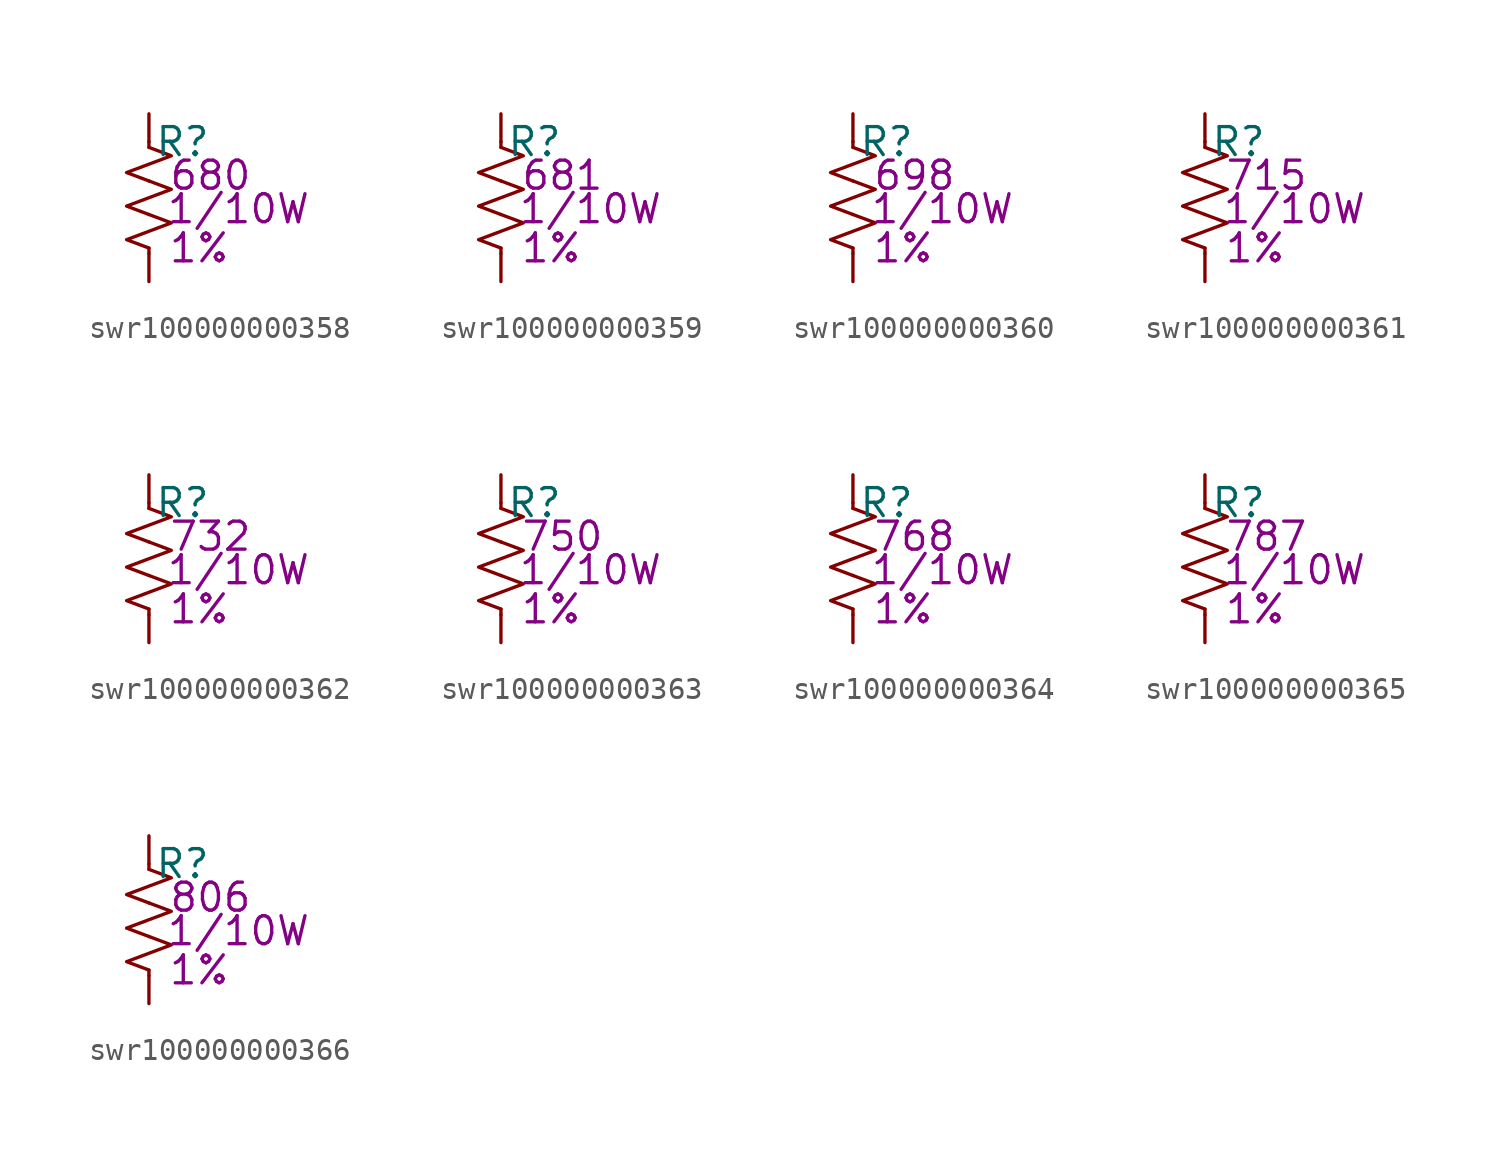
<source format=kicad_sym>
(kicad_symbol_lib
  (version 20211014)
  (generator kicad_symbol_editor)
  (symbol "swr100000000358"
    (pin_numbers hide)
    (pin_names
      (offset 1.016))
    (property "Reference" "R"
      (at 1.524 2.54 0)
      (effects (font (size 1.27 1.27))))
    (property "Tolerance" "1%"
      (at 2.286 -2.286 0)
      (effects (font (size 1.27 1.27))))
    (property "Wattage" "1/10W"
      (at 4.064 -0.508 0)
      (effects (font (size 1.27 1.27))))
    (property "PartValue" "680"
      (at 2.794 1.016 0)
      (effects (font (size 1.27 1.27))))
    (symbol "swr100000000358_1_1"
      (polyline (pts (xy 0 -2.286) (xy 0 -2.54)) (stroke (width 0) (type default) (color 0 0 0 0)) (fill (type none)))
      (polyline (pts (xy 0 2.286) (xy 0 2.54)) (stroke (width 0) (type default) (color 0 0 0 0)) (fill (type none)))
      (polyline (pts (xy 0 -0.762) (xy 1.016 -1.143) (xy 0 -1.524) (xy -1.016 -1.905) (xy 0 -2.286)) (stroke (width 0) (type default) (color 0 0 0 0)) (fill (type none)))
      (polyline (pts (xy 0 0.762) (xy 1.016 0.381) (xy 0 0) (xy -1.016 -0.381) (xy 0 -0.762)) (stroke (width 0) (type default) (color 0 0 0 0)) (fill (type none)))
      (polyline (pts (xy 0 2.286) (xy 1.016 1.905) (xy 0 1.524) (xy -1.016 1.143) (xy 0 0.762)) (stroke (width 0) (type default) (color 0 0 0 0)) (fill (type none)))
      (pin passive line (at 0 3.81 270) (length 1.27) (name "~" (effects (font (size 1.27 1.27)))) (number "1" (effects (font (size 1.27 1.27)))))
      (pin passive line (at 0 -3.81 90) (length 1.27) (name "~" (effects (font (size 1.27 1.27)))) (number "2" (effects (font (size 1.27 1.27)))))))
  (symbol "swr100000000359"
    (pin_numbers hide)
    (pin_names
      (offset 1.016))
    (property "Reference" "R"
      (at 1.524 2.54 0)
      (effects (font (size 1.27 1.27))))
    (property "Tolerance" "1%"
      (at 2.286 -2.286 0)
      (effects (font (size 1.27 1.27))))
    (property "Wattage" "1/10W"
      (at 4.064 -0.508 0)
      (effects (font (size 1.27 1.27))))
    (property "PartValue" "681"
      (at 2.794 1.016 0)
      (effects (font (size 1.27 1.27))))
    (symbol "swr100000000359_1_1"
      (polyline (pts (xy 0 -2.286) (xy 0 -2.54)) (stroke (width 0) (type default) (color 0 0 0 0)) (fill (type none)))
      (polyline (pts (xy 0 2.286) (xy 0 2.54)) (stroke (width 0) (type default) (color 0 0 0 0)) (fill (type none)))
      (polyline (pts (xy 0 -0.762) (xy 1.016 -1.143) (xy 0 -1.524) (xy -1.016 -1.905) (xy 0 -2.286)) (stroke (width 0) (type default) (color 0 0 0 0)) (fill (type none)))
      (polyline (pts (xy 0 0.762) (xy 1.016 0.381) (xy 0 0) (xy -1.016 -0.381) (xy 0 -0.762)) (stroke (width 0) (type default) (color 0 0 0 0)) (fill (type none)))
      (polyline (pts (xy 0 2.286) (xy 1.016 1.905) (xy 0 1.524) (xy -1.016 1.143) (xy 0 0.762)) (stroke (width 0) (type default) (color 0 0 0 0)) (fill (type none)))
      (pin passive line (at 0 3.81 270) (length 1.27) (name "~" (effects (font (size 1.27 1.27)))) (number "1" (effects (font (size 1.27 1.27)))))
      (pin passive line (at 0 -3.81 90) (length 1.27) (name "~" (effects (font (size 1.27 1.27)))) (number "2" (effects (font (size 1.27 1.27)))))))
  (symbol "swr100000000360"
    (pin_numbers hide)
    (pin_names
      (offset 1.016))
    (property "Reference" "R"
      (at 1.524 2.54 0)
      (effects (font (size 1.27 1.27))))
    (property "Tolerance" "1%"
      (at 2.286 -2.286 0)
      (effects (font (size 1.27 1.27))))
    (property "Wattage" "1/10W"
      (at 4.064 -0.508 0)
      (effects (font (size 1.27 1.27))))
    (property "PartValue" "698"
      (at 2.794 1.016 0)
      (effects (font (size 1.27 1.27))))
    (symbol "swr100000000360_1_1"
      (polyline (pts (xy 0 -2.286) (xy 0 -2.54)) (stroke (width 0) (type default) (color 0 0 0 0)) (fill (type none)))
      (polyline (pts (xy 0 2.286) (xy 0 2.54)) (stroke (width 0) (type default) (color 0 0 0 0)) (fill (type none)))
      (polyline (pts (xy 0 -0.762) (xy 1.016 -1.143) (xy 0 -1.524) (xy -1.016 -1.905) (xy 0 -2.286)) (stroke (width 0) (type default) (color 0 0 0 0)) (fill (type none)))
      (polyline (pts (xy 0 0.762) (xy 1.016 0.381) (xy 0 0) (xy -1.016 -0.381) (xy 0 -0.762)) (stroke (width 0) (type default) (color 0 0 0 0)) (fill (type none)))
      (polyline (pts (xy 0 2.286) (xy 1.016 1.905) (xy 0 1.524) (xy -1.016 1.143) (xy 0 0.762)) (stroke (width 0) (type default) (color 0 0 0 0)) (fill (type none)))
      (pin passive line (at 0 3.81 270) (length 1.27) (name "~" (effects (font (size 1.27 1.27)))) (number "1" (effects (font (size 1.27 1.27)))))
      (pin passive line (at 0 -3.81 90) (length 1.27) (name "~" (effects (font (size 1.27 1.27)))) (number "2" (effects (font (size 1.27 1.27)))))))
  (symbol "swr100000000361"
    (pin_numbers hide)
    (pin_names
      (offset 1.016))
    (property "Reference" "R"
      (at 1.524 2.54 0)
      (effects (font (size 1.27 1.27))))
    (property "Tolerance" "1%"
      (at 2.286 -2.286 0)
      (effects (font (size 1.27 1.27))))
    (property "Wattage" "1/10W"
      (at 4.064 -0.508 0)
      (effects (font (size 1.27 1.27))))
    (property "PartValue" "715"
      (at 2.794 1.016 0)
      (effects (font (size 1.27 1.27))))
    (symbol "swr100000000361_1_1"
      (polyline (pts (xy 0 -2.286) (xy 0 -2.54)) (stroke (width 0) (type default) (color 0 0 0 0)) (fill (type none)))
      (polyline (pts (xy 0 2.286) (xy 0 2.54)) (stroke (width 0) (type default) (color 0 0 0 0)) (fill (type none)))
      (polyline (pts (xy 0 -0.762) (xy 1.016 -1.143) (xy 0 -1.524) (xy -1.016 -1.905) (xy 0 -2.286)) (stroke (width 0) (type default) (color 0 0 0 0)) (fill (type none)))
      (polyline (pts (xy 0 0.762) (xy 1.016 0.381) (xy 0 0) (xy -1.016 -0.381) (xy 0 -0.762)) (stroke (width 0) (type default) (color 0 0 0 0)) (fill (type none)))
      (polyline (pts (xy 0 2.286) (xy 1.016 1.905) (xy 0 1.524) (xy -1.016 1.143) (xy 0 0.762)) (stroke (width 0) (type default) (color 0 0 0 0)) (fill (type none)))
      (pin passive line (at 0 3.81 270) (length 1.27) (name "~" (effects (font (size 1.27 1.27)))) (number "1" (effects (font (size 1.27 1.27)))))
      (pin passive line (at 0 -3.81 90) (length 1.27) (name "~" (effects (font (size 1.27 1.27)))) (number "2" (effects (font (size 1.27 1.27)))))))
  (symbol "swr100000000362"
    (pin_numbers hide)
    (pin_names
      (offset 1.016))
    (property "Reference" "R"
      (at 1.524 2.54 0)
      (effects (font (size 1.27 1.27))))
    (property "Tolerance" "1%"
      (at 2.286 -2.286 0)
      (effects (font (size 1.27 1.27))))
    (property "Wattage" "1/10W"
      (at 4.064 -0.508 0)
      (effects (font (size 1.27 1.27))))
    (property "PartValue" "732"
      (at 2.794 1.016 0)
      (effects (font (size 1.27 1.27))))
    (symbol "swr100000000362_1_1"
      (polyline (pts (xy 0 -2.286) (xy 0 -2.54)) (stroke (width 0) (type default) (color 0 0 0 0)) (fill (type none)))
      (polyline (pts (xy 0 2.286) (xy 0 2.54)) (stroke (width 0) (type default) (color 0 0 0 0)) (fill (type none)))
      (polyline (pts (xy 0 -0.762) (xy 1.016 -1.143) (xy 0 -1.524) (xy -1.016 -1.905) (xy 0 -2.286)) (stroke (width 0) (type default) (color 0 0 0 0)) (fill (type none)))
      (polyline (pts (xy 0 0.762) (xy 1.016 0.381) (xy 0 0) (xy -1.016 -0.381) (xy 0 -0.762)) (stroke (width 0) (type default) (color 0 0 0 0)) (fill (type none)))
      (polyline (pts (xy 0 2.286) (xy 1.016 1.905) (xy 0 1.524) (xy -1.016 1.143) (xy 0 0.762)) (stroke (width 0) (type default) (color 0 0 0 0)) (fill (type none)))
      (pin passive line (at 0 3.81 270) (length 1.27) (name "~" (effects (font (size 1.27 1.27)))) (number "1" (effects (font (size 1.27 1.27)))))
      (pin passive line (at 0 -3.81 90) (length 1.27) (name "~" (effects (font (size 1.27 1.27)))) (number "2" (effects (font (size 1.27 1.27)))))))
  (symbol "swr100000000363"
    (pin_numbers hide)
    (pin_names
      (offset 1.016))
    (property "Reference" "R"
      (at 1.524 2.54 0)
      (effects (font (size 1.27 1.27))))
    (property "Tolerance" "1%"
      (at 2.286 -2.286 0)
      (effects (font (size 1.27 1.27))))
    (property "Wattage" "1/10W"
      (at 4.064 -0.508 0)
      (effects (font (size 1.27 1.27))))
    (property "PartValue" "750"
      (at 2.794 1.016 0)
      (effects (font (size 1.27 1.27))))
    (symbol "swr100000000363_1_1"
      (polyline (pts (xy 0 -2.286) (xy 0 -2.54)) (stroke (width 0) (type default) (color 0 0 0 0)) (fill (type none)))
      (polyline (pts (xy 0 2.286) (xy 0 2.54)) (stroke (width 0) (type default) (color 0 0 0 0)) (fill (type none)))
      (polyline (pts (xy 0 -0.762) (xy 1.016 -1.143) (xy 0 -1.524) (xy -1.016 -1.905) (xy 0 -2.286)) (stroke (width 0) (type default) (color 0 0 0 0)) (fill (type none)))
      (polyline (pts (xy 0 0.762) (xy 1.016 0.381) (xy 0 0) (xy -1.016 -0.381) (xy 0 -0.762)) (stroke (width 0) (type default) (color 0 0 0 0)) (fill (type none)))
      (polyline (pts (xy 0 2.286) (xy 1.016 1.905) (xy 0 1.524) (xy -1.016 1.143) (xy 0 0.762)) (stroke (width 0) (type default) (color 0 0 0 0)) (fill (type none)))
      (pin passive line (at 0 3.81 270) (length 1.27) (name "~" (effects (font (size 1.27 1.27)))) (number "1" (effects (font (size 1.27 1.27)))))
      (pin passive line (at 0 -3.81 90) (length 1.27) (name "~" (effects (font (size 1.27 1.27)))) (number "2" (effects (font (size 1.27 1.27)))))))
  (symbol "swr100000000364"
    (pin_numbers hide)
    (pin_names
      (offset 1.016))
    (property "Reference" "R"
      (at 1.524 2.54 0)
      (effects (font (size 1.27 1.27))))
    (property "Tolerance" "1%"
      (at 2.286 -2.286 0)
      (effects (font (size 1.27 1.27))))
    (property "Wattage" "1/10W"
      (at 4.064 -0.508 0)
      (effects (font (size 1.27 1.27))))
    (property "PartValue" "768"
      (at 2.794 1.016 0)
      (effects (font (size 1.27 1.27))))
    (symbol "swr100000000364_1_1"
      (polyline (pts (xy 0 -2.286) (xy 0 -2.54)) (stroke (width 0) (type default) (color 0 0 0 0)) (fill (type none)))
      (polyline (pts (xy 0 2.286) (xy 0 2.54)) (stroke (width 0) (type default) (color 0 0 0 0)) (fill (type none)))
      (polyline (pts (xy 0 -0.762) (xy 1.016 -1.143) (xy 0 -1.524) (xy -1.016 -1.905) (xy 0 -2.286)) (stroke (width 0) (type default) (color 0 0 0 0)) (fill (type none)))
      (polyline (pts (xy 0 0.762) (xy 1.016 0.381) (xy 0 0) (xy -1.016 -0.381) (xy 0 -0.762)) (stroke (width 0) (type default) (color 0 0 0 0)) (fill (type none)))
      (polyline (pts (xy 0 2.286) (xy 1.016 1.905) (xy 0 1.524) (xy -1.016 1.143) (xy 0 0.762)) (stroke (width 0) (type default) (color 0 0 0 0)) (fill (type none)))
      (pin passive line (at 0 3.81 270) (length 1.27) (name "~" (effects (font (size 1.27 1.27)))) (number "1" (effects (font (size 1.27 1.27)))))
      (pin passive line (at 0 -3.81 90) (length 1.27) (name "~" (effects (font (size 1.27 1.27)))) (number "2" (effects (font (size 1.27 1.27)))))))
  (symbol "swr100000000365"
    (pin_numbers hide)
    (pin_names
      (offset 1.016))
    (property "Reference" "R"
      (at 1.524 2.54 0)
      (effects (font (size 1.27 1.27))))
    (property "Tolerance" "1%"
      (at 2.286 -2.286 0)
      (effects (font (size 1.27 1.27))))
    (property "Wattage" "1/10W"
      (at 4.064 -0.508 0)
      (effects (font (size 1.27 1.27))))
    (property "PartValue" "787"
      (at 2.794 1.016 0)
      (effects (font (size 1.27 1.27))))
    (symbol "swr100000000365_1_1"
      (polyline (pts (xy 0 -2.286) (xy 0 -2.54)) (stroke (width 0) (type default) (color 0 0 0 0)) (fill (type none)))
      (polyline (pts (xy 0 2.286) (xy 0 2.54)) (stroke (width 0) (type default) (color 0 0 0 0)) (fill (type none)))
      (polyline (pts (xy 0 -0.762) (xy 1.016 -1.143) (xy 0 -1.524) (xy -1.016 -1.905) (xy 0 -2.286)) (stroke (width 0) (type default) (color 0 0 0 0)) (fill (type none)))
      (polyline (pts (xy 0 0.762) (xy 1.016 0.381) (xy 0 0) (xy -1.016 -0.381) (xy 0 -0.762)) (stroke (width 0) (type default) (color 0 0 0 0)) (fill (type none)))
      (polyline (pts (xy 0 2.286) (xy 1.016 1.905) (xy 0 1.524) (xy -1.016 1.143) (xy 0 0.762)) (stroke (width 0) (type default) (color 0 0 0 0)) (fill (type none)))
      (pin passive line (at 0 3.81 270) (length 1.27) (name "~" (effects (font (size 1.27 1.27)))) (number "1" (effects (font (size 1.27 1.27)))))
      (pin passive line (at 0 -3.81 90) (length 1.27) (name "~" (effects (font (size 1.27 1.27)))) (number "2" (effects (font (size 1.27 1.27)))))))
  (symbol "swr100000000366"
    (pin_numbers hide)
    (pin_names
      (offset 1.016))
    (property "Reference" "R"
      (at 1.524 2.54 0)
      (effects (font (size 1.27 1.27))))
    (property "Tolerance" "1%"
      (at 2.286 -2.286 0)
      (effects (font (size 1.27 1.27))))
    (property "Wattage" "1/10W"
      (at 4.064 -0.508 0)
      (effects (font (size 1.27 1.27))))
    (property "PartValue" "806"
      (at 2.794 1.016 0)
      (effects (font (size 1.27 1.27))))
    (symbol "swr100000000366_1_1"
      (polyline (pts (xy 0 -2.286) (xy 0 -2.54)) (stroke (width 0) (type default) (color 0 0 0 0)) (fill (type none)))
      (polyline (pts (xy 0 2.286) (xy 0 2.54)) (stroke (width 0) (type default) (color 0 0 0 0)) (fill (type none)))
      (polyline (pts (xy 0 -0.762) (xy 1.016 -1.143) (xy 0 -1.524) (xy -1.016 -1.905) (xy 0 -2.286)) (stroke (width 0) (type default) (color 0 0 0 0)) (fill (type none)))
      (polyline (pts (xy 0 0.762) (xy 1.016 0.381) (xy 0 0) (xy -1.016 -0.381) (xy 0 -0.762)) (stroke (width 0) (type default) (color 0 0 0 0)) (fill (type none)))
      (polyline (pts (xy 0 2.286) (xy 1.016 1.905) (xy 0 1.524) (xy -1.016 1.143) (xy 0 0.762)) (stroke (width 0) (type default) (color 0 0 0 0)) (fill (type none)))
      (pin passive line (at 0 3.81 270) (length 1.27) (name "~" (effects (font (size 1.27 1.27)))) (number "1" (effects (font (size 1.27 1.27)))))
      (pin passive line (at 0 -3.81 90) (length 1.27) (name "~" (effects (font (size 1.27 1.27)))) (number "2" (effects (font (size 1.27 1.27))))))))
</source>
